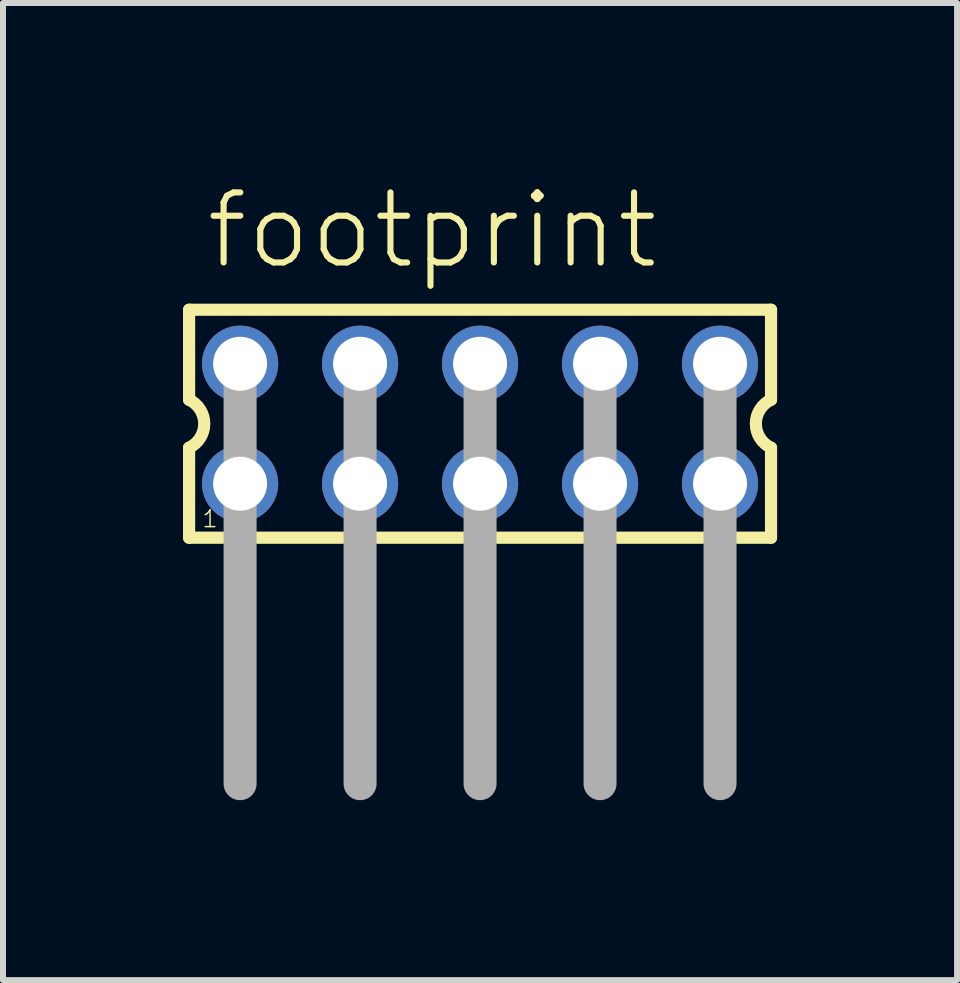
<source format=kicad_pcb>
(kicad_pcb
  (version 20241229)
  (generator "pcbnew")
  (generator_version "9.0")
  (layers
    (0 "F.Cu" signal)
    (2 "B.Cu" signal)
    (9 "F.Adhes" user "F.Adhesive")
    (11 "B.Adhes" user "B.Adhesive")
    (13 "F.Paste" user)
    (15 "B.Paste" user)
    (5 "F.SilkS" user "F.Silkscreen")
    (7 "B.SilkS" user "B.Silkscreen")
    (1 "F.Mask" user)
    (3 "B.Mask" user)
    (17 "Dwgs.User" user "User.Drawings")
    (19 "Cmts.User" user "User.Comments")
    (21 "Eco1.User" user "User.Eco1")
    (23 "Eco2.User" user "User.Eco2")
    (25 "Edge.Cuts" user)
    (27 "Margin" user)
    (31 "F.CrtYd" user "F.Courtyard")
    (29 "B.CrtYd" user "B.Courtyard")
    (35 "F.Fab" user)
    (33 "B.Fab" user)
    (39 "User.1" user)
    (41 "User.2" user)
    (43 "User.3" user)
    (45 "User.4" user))
  (footprint "footprint"
    (layer "F.Cu")
    (at 4.952 4.013)
    (property "Reference" "footprint" (at -4.62 -2.54 0) (layer "F.SilkS") (effects (font (size 1.168 1.168) (thickness 0.102)) (justify left bottom)))
    (fp_line (start -4.85 -1.9) (end -4.85 -0.4) (stroke (width 0.203) (type solid)) (layer "F.SilkS"))
    (fp_line (start -4.85 0.4) (end -4.85 1.9) (stroke (width 0.203) (type solid)) (layer "F.SilkS"))
    (fp_line (start -4.85 1.9) (end 4.85 1.9) (stroke (width 0.203) (type solid)) (layer "F.SilkS"))
    (fp_line (start 4.85 -1.9) (end -4.85 -1.9) (stroke (width 0.203) (type solid)) (layer "F.SilkS"))
    (fp_line (start 4.85 -0.4) (end 4.85 -1.9) (stroke (width 0.203) (type solid)) (layer "F.SilkS"))
    (fp_line (start 4.85 1.9) (end 4.85 0.4) (stroke (width 0.203) (type solid)) (layer "F.SilkS"))
    (fp_arc (start -4.85 -0.4) (mid -4.597167 0) (end -4.85 0.4) (stroke (width 0.2032) (type solid)) (layer "F.SilkS"))
    (fp_arc (start 4.85 0.4) (mid 4.597167 0) (end 4.85 -0.4) (stroke (width 0.2032) (type solid)) (layer "F.SilkS"))
    (fp_line (start -4 -1) (end -4 6) (stroke (width 0.55) (type solid)) (layer "F.Fab"))
    (fp_line (start -2 -1) (end -2 6) (stroke (width 0.55) (type solid)) (layer "F.Fab"))
    (fp_line (start 0 -1) (end 0 6) (stroke (width 0.55) (type solid)) (layer "F.Fab"))
    (fp_line (start 2 -1) (end 2 6) (stroke (width 0.55) (type solid)) (layer "F.Fab"))
    (fp_line (start 4 -1) (end 4 6) (stroke (width 0.55) (type solid)) (layer "F.Fab"))
    (fp_poly (pts (xy -4.25 -0.75) (xy -3.75 -0.75) (xy -3.75 -1.25) (xy -4.25 -1.25)) (stroke (width 0.1) (type solid)) (fill no) (layer "F.Fab"))
    (fp_poly (pts (xy -4.25 1.25) (xy -3.75 1.25) (xy -3.75 0.75) (xy -4.25 0.75)) (stroke (width 0.1) (type solid)) (fill no) (layer "F.Fab"))
    (fp_poly (pts (xy -2.25 -0.75) (xy -1.75 -0.75) (xy -1.75 -1.25) (xy -2.25 -1.25)) (stroke (width 0.1) (type solid)) (fill no) (layer "F.Fab"))
    (fp_poly (pts (xy -2.25 1.25) (xy -1.75 1.25) (xy -1.75 0.75) (xy -2.25 0.75)) (stroke (width 0.1) (type solid)) (fill no) (layer "F.Fab"))
    (fp_poly (pts (xy -0.25 -0.75) (xy 0.25 -0.75) (xy 0.25 -1.25) (xy -0.25 -1.25)) (stroke (width 0.1) (type solid)) (fill no) (layer "F.Fab"))
    (fp_poly (pts (xy -0.25 1.25) (xy 0.25 1.25) (xy 0.25 0.75) (xy -0.25 0.75)) (stroke (width 0.1) (type solid)) (fill no) (layer "F.Fab"))
    (fp_poly (pts (xy 1.75 -0.75) (xy 2.25 -0.75) (xy 2.25 -1.25) (xy 1.75 -1.25)) (stroke (width 0.1) (type solid)) (fill no) (layer "F.Fab"))
    (fp_poly (pts (xy 1.75 1.25) (xy 2.25 1.25) (xy 2.25 0.75) (xy 1.75 0.75)) (stroke (width 0.1) (type solid)) (fill no) (layer "F.Fab"))
    (fp_poly (pts (xy 3.75 -0.75) (xy 4.25 -0.75) (xy 4.25 -1.25) (xy 3.75 -1.25)) (stroke (width 0.1) (type solid)) (fill no) (layer "F.Fab"))
    (fp_poly (pts (xy 3.75 1.25) (xy 4.25 1.25) (xy 4.25 0.75) (xy 3.75 0.75)) (stroke (width 0.1) (type solid)) (fill no) (layer "F.Fab"))
    (fp_text user "1" (at -4.65 1.75 0) (layer "F.SilkS") (effects (font (size 0.28 0.28) (thickness 0.024)) (justify left bottom)))
    (pad "1" thru_hole circle (at -4 1) (size 1.27 1.27) (drill 0.9) (layers "*.Cu" "*.Mask"))
    (pad "2" thru_hole circle (at -4 -1) (size 1.27 1.27) (drill 0.9) (layers "*.Cu" "*.Mask"))
    (pad "3" thru_hole circle (at -2 1) (size 1.27 1.27) (drill 0.9) (layers "*.Cu" "*.Mask"))
    (pad "4" thru_hole circle (at -2 -1) (size 1.27 1.27) (drill 0.9) (layers "*.Cu" "*.Mask"))
    (pad "5" thru_hole circle (at 0 1) (size 1.27 1.27) (drill 0.9) (layers "*.Cu" "*.Mask"))
    (pad "6" thru_hole circle (at 0 -1) (size 1.27 1.27) (drill 0.9) (layers "*.Cu" "*.Mask"))
    (pad "7" thru_hole circle (at 2 1) (size 1.27 1.27) (drill 0.9) (layers "*.Cu" "*.Mask"))
    (pad "8" thru_hole circle (at 2 -1) (size 1.27 1.27) (drill 0.9) (layers "*.Cu" "*.Mask"))
    (pad "9" thru_hole circle (at 4 1) (size 1.27 1.27) (drill 0.9) (layers "*.Cu" "*.Mask"))
    (pad "10" thru_hole circle (at 4 -1) (size 1.27 1.27) (drill 0.9) (layers "*.Cu" "*.Mask")))
  (gr_rect
    (start -3 -3)
    (end 12.903 13.288)
    (stroke (width 0.1) (type default))
    (fill no)
    (layer "Edge.Cuts")))
</source>
